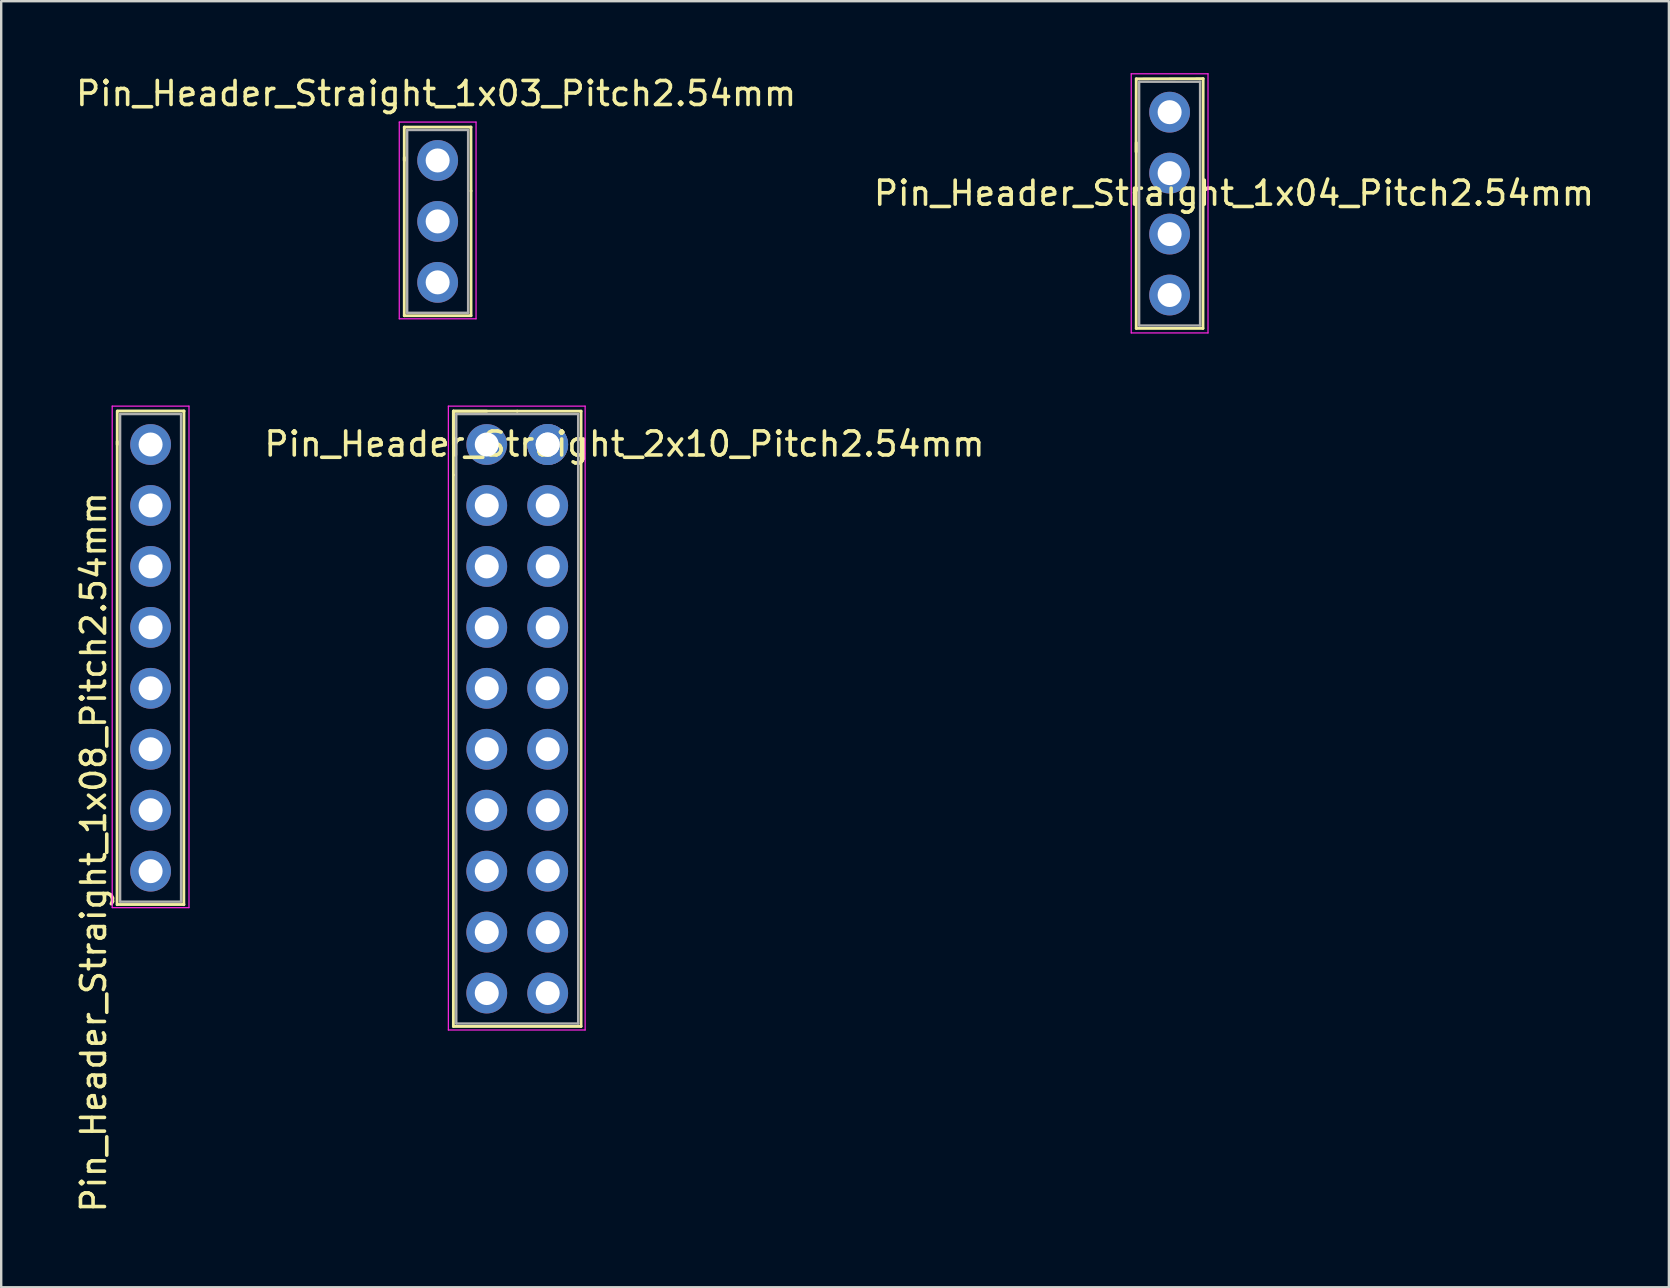
<source format=kicad_pcb>
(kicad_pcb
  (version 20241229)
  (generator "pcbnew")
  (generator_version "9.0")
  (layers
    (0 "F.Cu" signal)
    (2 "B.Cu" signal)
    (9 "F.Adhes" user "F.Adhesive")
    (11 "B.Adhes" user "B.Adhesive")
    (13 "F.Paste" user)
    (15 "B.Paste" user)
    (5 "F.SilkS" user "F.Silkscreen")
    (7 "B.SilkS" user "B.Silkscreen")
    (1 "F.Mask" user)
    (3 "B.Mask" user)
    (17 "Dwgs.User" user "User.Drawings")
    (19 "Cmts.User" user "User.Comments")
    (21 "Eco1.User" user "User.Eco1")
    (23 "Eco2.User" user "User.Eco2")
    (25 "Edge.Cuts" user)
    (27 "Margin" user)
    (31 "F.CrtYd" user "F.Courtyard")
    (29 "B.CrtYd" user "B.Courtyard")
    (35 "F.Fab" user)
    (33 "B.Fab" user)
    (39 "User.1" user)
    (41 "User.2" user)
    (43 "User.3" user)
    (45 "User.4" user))
  (footprint "Pin_Header_Straight_2x10_Pitch2.54mm"
    (layer "F.Cu")
    (at 17.235 15.475)
    (property "Reference" "Pin_Header_Straight_2x10_Pitch2.54mm" (at 5.74 -0.02 0) (layer "F.SilkS") (effects (font (size 1 1) (thickness 0.15))))
    (attr through_hole)
    (fp_line (start -1.39 -1.39) (end -1.39 1.27) (stroke (width 0.12) (type solid)) (layer "F.SilkS"))
    (fp_line (start -1.39 -1.39) (end 0 -1.39) (stroke (width 0.12) (type solid)) (layer "F.SilkS"))
    (fp_line (start -1.39 0) (end -1.39 -1.39) (stroke (width 0.12) (type solid)) (layer "F.SilkS"))
    (fp_line (start -1.39 1.27) (end -1.39 24.25) (stroke (width 0.12) (type solid)) (layer "F.SilkS"))
    (fp_line (start -1.39 24.25) (end 3.93 24.25) (stroke (width 0.12) (type solid)) (layer "F.SilkS"))
    (fp_line (start 1.27 -1.39) (end -1.39 -1.39) (stroke (width 0.12) (type solid)) (layer "F.SilkS"))
    (fp_line (start 3.93 -1.39) (end 1.27 -1.39) (stroke (width 0.12) (type solid)) (layer "F.SilkS"))
    (fp_line (start 3.93 24.25) (end 3.93 -1.39) (stroke (width 0.12) (type solid)) (layer "F.SilkS"))
    (fp_line (start -1.6 -1.6) (end -1.6 24.4) (stroke (width 0.05) (type solid)) (layer "F.CrtYd"))
    (fp_line (start -1.6 24.4) (end 4.1 24.4) (stroke (width 0.05) (type solid)) (layer "F.CrtYd"))
    (fp_line (start 4.1 -1.6) (end -1.6 -1.6) (stroke (width 0.05) (type solid)) (layer "F.CrtYd"))
    (fp_line (start 4.1 24.4) (end 4.1 -1.6) (stroke (width 0.05) (type solid)) (layer "F.CrtYd"))
    (fp_line (start -1.27 -1.27) (end -1.27 24.13) (stroke (width 0.1) (type solid)) (layer "F.Fab"))
    (fp_line (start -1.27 24.13) (end 3.81 24.13) (stroke (width 0.1) (type solid)) (layer "F.Fab"))
    (fp_line (start 3.81 -1.27) (end -1.27 -1.27) (stroke (width 0.1) (type solid)) (layer "F.Fab"))
    (fp_line (start 3.81 24.13) (end 3.81 -1.27) (stroke (width 0.1) (type solid)) (layer "F.Fab"))
    (pad "1" thru_hole oval (at 2.54 0) (size 1.7 1.7) (drill 1) (layers "*.Cu" "*.Mask"))
    (pad "2" thru_hole circle (at 0 0) (size 1.7 1.7) (drill 1) (layers "*.Cu" "*.Mask"))
    (pad "2" thru_hole oval (at 2.54 0) (size 1.7 1.7) (drill 1) (layers "*.Cu" "*.Mask"))
    (pad "3" thru_hole oval (at 2.54 2.54) (size 1.7 1.7) (drill 1) (layers "*.Cu" "*.Mask"))
    (pad "4" thru_hole oval (at 0 2.54) (size 1.7 1.7) (drill 1) (layers "*.Cu" "*.Mask"))
    (pad "5" thru_hole oval (at 2.54 5.08) (size 1.7 1.7) (drill 1) (layers "*.Cu" "*.Mask"))
    (pad "6" thru_hole oval (at 0 5.08) (size 1.7 1.7) (drill 1) (layers "*.Cu" "*.Mask"))
    (pad "7" thru_hole oval (at 2.54 7.62) (size 1.7 1.7) (drill 1) (layers "*.Cu" "*.Mask"))
    (pad "8" thru_hole oval (at 0 7.62) (size 1.7 1.7) (drill 1) (layers "*.Cu" "*.Mask"))
    (pad "9" thru_hole oval (at 2.54 10.16) (size 1.7 1.7) (drill 1) (layers "*.Cu" "*.Mask"))
    (pad "10" thru_hole oval (at 0 10.16) (size 1.7 1.7) (drill 1) (layers "*.Cu" "*.Mask"))
    (pad "11" thru_hole oval (at 2.54 12.7) (size 1.7 1.7) (drill 1) (layers "*.Cu" "*.Mask"))
    (pad "12" thru_hole oval (at 0 12.7) (size 1.7 1.7) (drill 1) (layers "*.Cu" "*.Mask"))
    (pad "13" thru_hole oval (at 2.54 15.24) (size 1.7 1.7) (drill 1) (layers "*.Cu" "*.Mask"))
    (pad "14" thru_hole oval (at 0 15.24) (size 1.7 1.7) (drill 1) (layers "*.Cu" "*.Mask"))
    (pad "15" thru_hole oval (at 2.54 17.78) (size 1.7 1.7) (drill 1) (layers "*.Cu" "*.Mask"))
    (pad "16" thru_hole oval (at 0 17.78) (size 1.7 1.7) (drill 1) (layers "*.Cu" "*.Mask"))
    (pad "17" thru_hole oval (at 2.54 20.32) (size 1.7 1.7) (drill 1) (layers "*.Cu" "*.Mask"))
    (pad "18" thru_hole oval (at 0 20.32) (size 1.7 1.7) (drill 1) (layers "*.Cu" "*.Mask"))
    (pad "19" thru_hole oval (at 2.54 22.86) (size 1.7 1.7) (drill 1) (layers "*.Cu" "*.Mask"))
    (pad "20" thru_hole oval (at 0 22.86) (size 1.7 1.7) (drill 1) (layers "*.Cu" "*.Mask")))
  (footprint "Pin_Header_Straight_1x04_Pitch2.54mm"
    (layer "F.Cu")
    (at 45.693 1.625)
    (property "Reference" "Pin_Header_Straight_1x04_Pitch2.54mm" (at 2.682 3.378 0) (layer "F.SilkS") (effects (font (size 1 1) (thickness 0.15))))
    (attr through_hole)
    (fp_line (start -1.397 1.651) (end -1.39 -1.39) (stroke (width 0.12) (type solid)) (layer "F.SilkS"))
    (fp_line (start -1.39 -1.39) (end 1.397 -1.397) (stroke (width 0.12) (type solid)) (layer "F.SilkS"))
    (fp_line (start -1.39 1.27) (end -1.39 9.01) (stroke (width 0.12) (type solid)) (layer "F.SilkS"))
    (fp_line (start -1.39 9.01) (end 1.39 9.01) (stroke (width 0.12) (type solid)) (layer "F.SilkS"))
    (fp_line (start 1.39 9.01) (end 1.397 -1.397) (stroke (width 0.12) (type solid)) (layer "F.SilkS"))
    (fp_line (start -1.6 -1.6) (end -1.6 9.2) (stroke (width 0.05) (type solid)) (layer "F.CrtYd"))
    (fp_line (start -1.6 9.2) (end 1.6 9.2) (stroke (width 0.05) (type solid)) (layer "F.CrtYd"))
    (fp_line (start 1.6 -1.6) (end -1.6 -1.6) (stroke (width 0.05) (type solid)) (layer "F.CrtYd"))
    (fp_line (start 1.6 9.2) (end 1.6 -1.6) (stroke (width 0.05) (type solid)) (layer "F.CrtYd"))
    (fp_line (start -1.27 -1.27) (end -1.27 8.89) (stroke (width 0.1) (type solid)) (layer "F.Fab"))
    (fp_line (start -1.27 8.89) (end 1.27 8.89) (stroke (width 0.1) (type solid)) (layer "F.Fab"))
    (fp_line (start 1.27 -1.27) (end -1.27 -1.27) (stroke (width 0.1) (type solid)) (layer "F.Fab"))
    (fp_line (start 1.27 8.89) (end 1.27 -1.27) (stroke (width 0.1) (type solid)) (layer "F.Fab"))
    (pad "1" thru_hole oval (at 0 0) (size 1.7 1.7) (drill 1) (layers "*.Cu" "*.Mask"))
    (pad "2" thru_hole oval (at 0 2.54) (size 1.7 1.7) (drill 1) (layers "*.Cu" "*.Mask"))
    (pad "3" thru_hole oval (at 0 5.08) (size 1.7 1.7) (drill 1) (layers "*.Cu" "*.Mask"))
    (pad "4" thru_hole oval (at 0 7.62) (size 1.7 1.7) (drill 1) (layers "*.Cu" "*.Mask")))
  (footprint "Pin_Header_Straight_1x03_Pitch2.54mm"
    (layer "F.Cu")
    (at 15.189 3.637)
    (property "Reference" "Pin_Header_Straight_1x03_Pitch2.54mm" (at -0.064 -2.789 0) (layer "F.SilkS") (effects (font (size 1 1) (thickness 0.15))))
    (attr through_hole)
    (fp_line (start -1.39 0) (end -1.39 -1.39) (stroke (width 0.12) (type solid)) (layer "F.SilkS"))
    (fp_line (start -1.39 6.47) (end 1.39 6.47) (stroke (width 0.12) (type solid)) (layer "F.SilkS"))
    (fp_line (start -1.389 -0.122) (end -1.39 6.47) (stroke (width 0.12) (type solid)) (layer "F.SilkS"))
    (fp_line (start 1.39 -1.39) (end -1.39 -1.39) (stroke (width 0.12) (type solid)) (layer "F.SilkS"))
    (fp_line (start 1.39 1.27) (end 1.387 -1.392) (stroke (width 0.12) (type solid)) (layer "F.SilkS"))
    (fp_line (start 1.39 6.47) (end 1.39 1.27) (stroke (width 0.12) (type solid)) (layer "F.SilkS"))
    (fp_line (start -1.6 -1.6) (end -1.6 6.6) (stroke (width 0.05) (type solid)) (layer "F.CrtYd"))
    (fp_line (start -1.6 6.6) (end 1.6 6.6) (stroke (width 0.05) (type solid)) (layer "F.CrtYd"))
    (fp_line (start 1.6 -1.6) (end -1.6 -1.6) (stroke (width 0.05) (type solid)) (layer "F.CrtYd"))
    (fp_line (start 1.6 6.6) (end 1.6 -1.6) (stroke (width 0.05) (type solid)) (layer "F.CrtYd"))
    (fp_line (start -1.27 -1.27) (end -1.27 6.35) (stroke (width 0.1) (type solid)) (layer "F.Fab"))
    (fp_line (start -1.27 6.35) (end 1.27 6.35) (stroke (width 0.1) (type solid)) (layer "F.Fab"))
    (fp_line (start 1.27 -1.27) (end -1.27 -1.27) (stroke (width 0.1) (type solid)) (layer "F.Fab"))
    (fp_line (start 1.27 6.35) (end 1.27 -1.27) (stroke (width 0.1) (type solid)) (layer "F.Fab"))
    (pad "1" thru_hole circle (at 0 0) (size 1.7 1.7) (drill 1) (layers "*.Cu" "*.Mask"))
    (pad "2" thru_hole oval (at 0 2.54) (size 1.7 1.7) (drill 1) (layers "*.Cu" "*.Mask"))
    (pad "3" thru_hole oval (at 0 5.08) (size 1.7 1.7) (drill 1) (layers "*.Cu" "*.Mask")))
  (footprint "Pin_Header_Straight_1x08_Pitch2.54mm"
    (layer "F.Cu")
    (at 3.226 15.475)
    (property "Reference" "Pin_Header_Straight_1x08_Pitch2.54mm" (at -2.377 16.995 90) (layer "F.SilkS") (effects (font (size 1 1) (thickness 0.15))))
    (attr through_hole)
    (fp_line (start -1.39 -0.127) (end -1.397 19.177) (stroke (width 0.12) (type solid)) (layer "F.SilkS"))
    (fp_line (start -1.39 0) (end -1.39 -1.39) (stroke (width 0.12) (type solid)) (layer "F.SilkS"))
    (fp_line (start -1.39 19.17) (end 1.39 19.17) (stroke (width 0.12) (type solid)) (layer "F.SilkS"))
    (fp_line (start 1.384 19.177) (end 1.39 -1.397) (stroke (width 0.12) (type solid)) (layer "F.SilkS"))
    (fp_line (start 1.395 -1.397) (end -1.385 -1.397) (stroke (width 0.12) (type solid)) (layer "F.SilkS"))
    (fp_line (start -1.6 -1.6) (end -1.6 19.3) (stroke (width 0.05) (type solid)) (layer "F.CrtYd"))
    (fp_line (start -1.6 19.3) (end 1.6 19.3) (stroke (width 0.05) (type solid)) (layer "F.CrtYd"))
    (fp_line (start 1.6 -1.6) (end -1.6 -1.6) (stroke (width 0.05) (type solid)) (layer "F.CrtYd"))
    (fp_line (start 1.6 19.3) (end 1.6 -1.6) (stroke (width 0.05) (type solid)) (layer "F.CrtYd"))
    (fp_line (start -1.27 -1.27) (end -1.27 19.05) (stroke (width 0.1) (type solid)) (layer "F.Fab"))
    (fp_line (start -1.27 19.05) (end 1.27 19.05) (stroke (width 0.1) (type solid)) (layer "F.Fab"))
    (fp_line (start 1.27 -1.27) (end -1.27 -1.27) (stroke (width 0.1) (type solid)) (layer "F.Fab"))
    (fp_line (start 1.27 19.05) (end 1.27 -1.27) (stroke (width 0.1) (type solid)) (layer "F.Fab"))
    (pad "1" thru_hole oval (at 0 0) (size 1.7 1.7) (drill 1) (layers "*.Cu" "*.Mask"))
    (pad "2" thru_hole oval (at 0 2.54) (size 1.7 1.7) (drill 1) (layers "*.Cu" "*.Mask"))
    (pad "3" thru_hole oval (at 0 5.08) (size 1.7 1.7) (drill 1) (layers "*.Cu" "*.Mask"))
    (pad "4" thru_hole oval (at 0 7.62) (size 1.7 1.7) (drill 1) (layers "*.Cu" "*.Mask"))
    (pad "5" thru_hole oval (at 0 10.16) (size 1.7 1.7) (drill 1) (layers "*.Cu" "*.Mask"))
    (pad "6" thru_hole oval (at 0 12.7) (size 1.7 1.7) (drill 1) (layers "*.Cu" "*.Mask"))
    (pad "7" thru_hole oval (at 0 15.24) (size 1.7 1.7) (drill 1) (layers "*.Cu" "*.Mask"))
    (pad "8" thru_hole oval (at 0 17.78) (size 1.7 1.7) (drill 1) (layers "*.Cu" "*.Mask")))
  (gr_rect
    (start -3 -3)
    (end 66.5 50.595)
    (stroke (width 0.1) (type default))
    (fill no)
    (layer "Edge.Cuts")))
</source>
